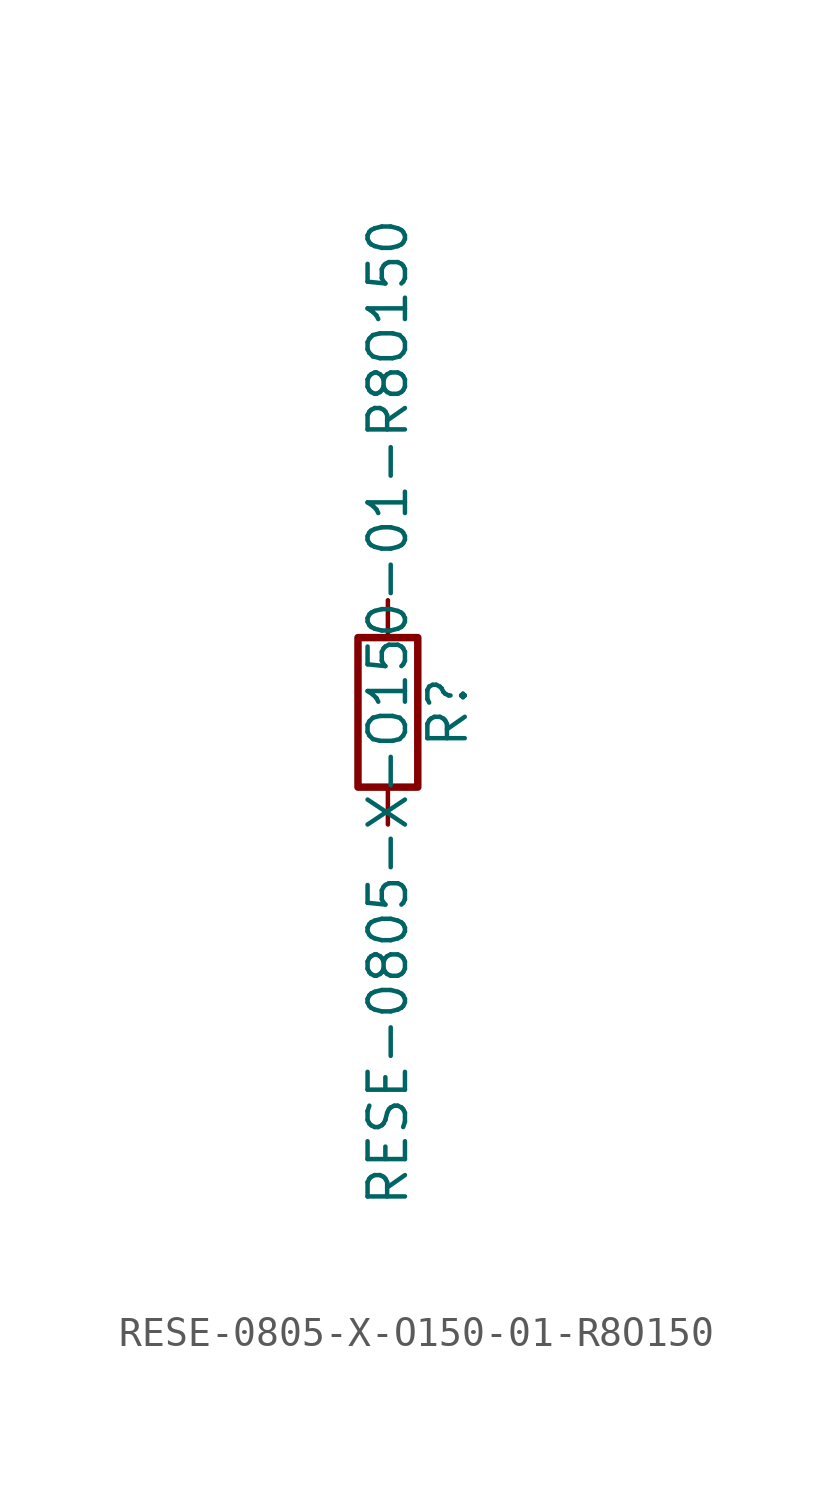
<source format=kicad_sym>
(kicad_symbol_lib
  (version 20211014)
  (generator kicad_symbol_editor)
  (symbol "RESE-0805-X-O150-01-R8O150"
    (pin_numbers hide)
    (pin_names
      (offset 0))
    (property "Reference" "R"
      (at 2.032 0 90)
      (effects (font (size 1.27 1.27))))
    (property "Value" "RESE-0805-X-O150-01-R8O150"
      (at 0 0 90)
      (effects (font (size 1.27 1.27))))
    (symbol "RESE-0805-X-O150-01-R8O150_0_1"
      (rectangle (start -1.016 -2.54) (end 1.016 2.54) (stroke (width 0.254) (type default) (color 0 0 0 0)) (fill (type none))))
    (symbol "RESE-0805-X-O150-01-R8O150_1_1"
      (pin passive line (at 0 3.81 270) (length 1.27) (name "~" (effects (font (size 1.27 1.27)))) (number "1" (effects (font (size 1.27 1.27)))))
      (pin passive line (at 0 -3.81 90) (length 1.27) (name "~" (effects (font (size 1.27 1.27)))) (number "2" (effects (font (size 1.27 1.27))))))))
</source>
